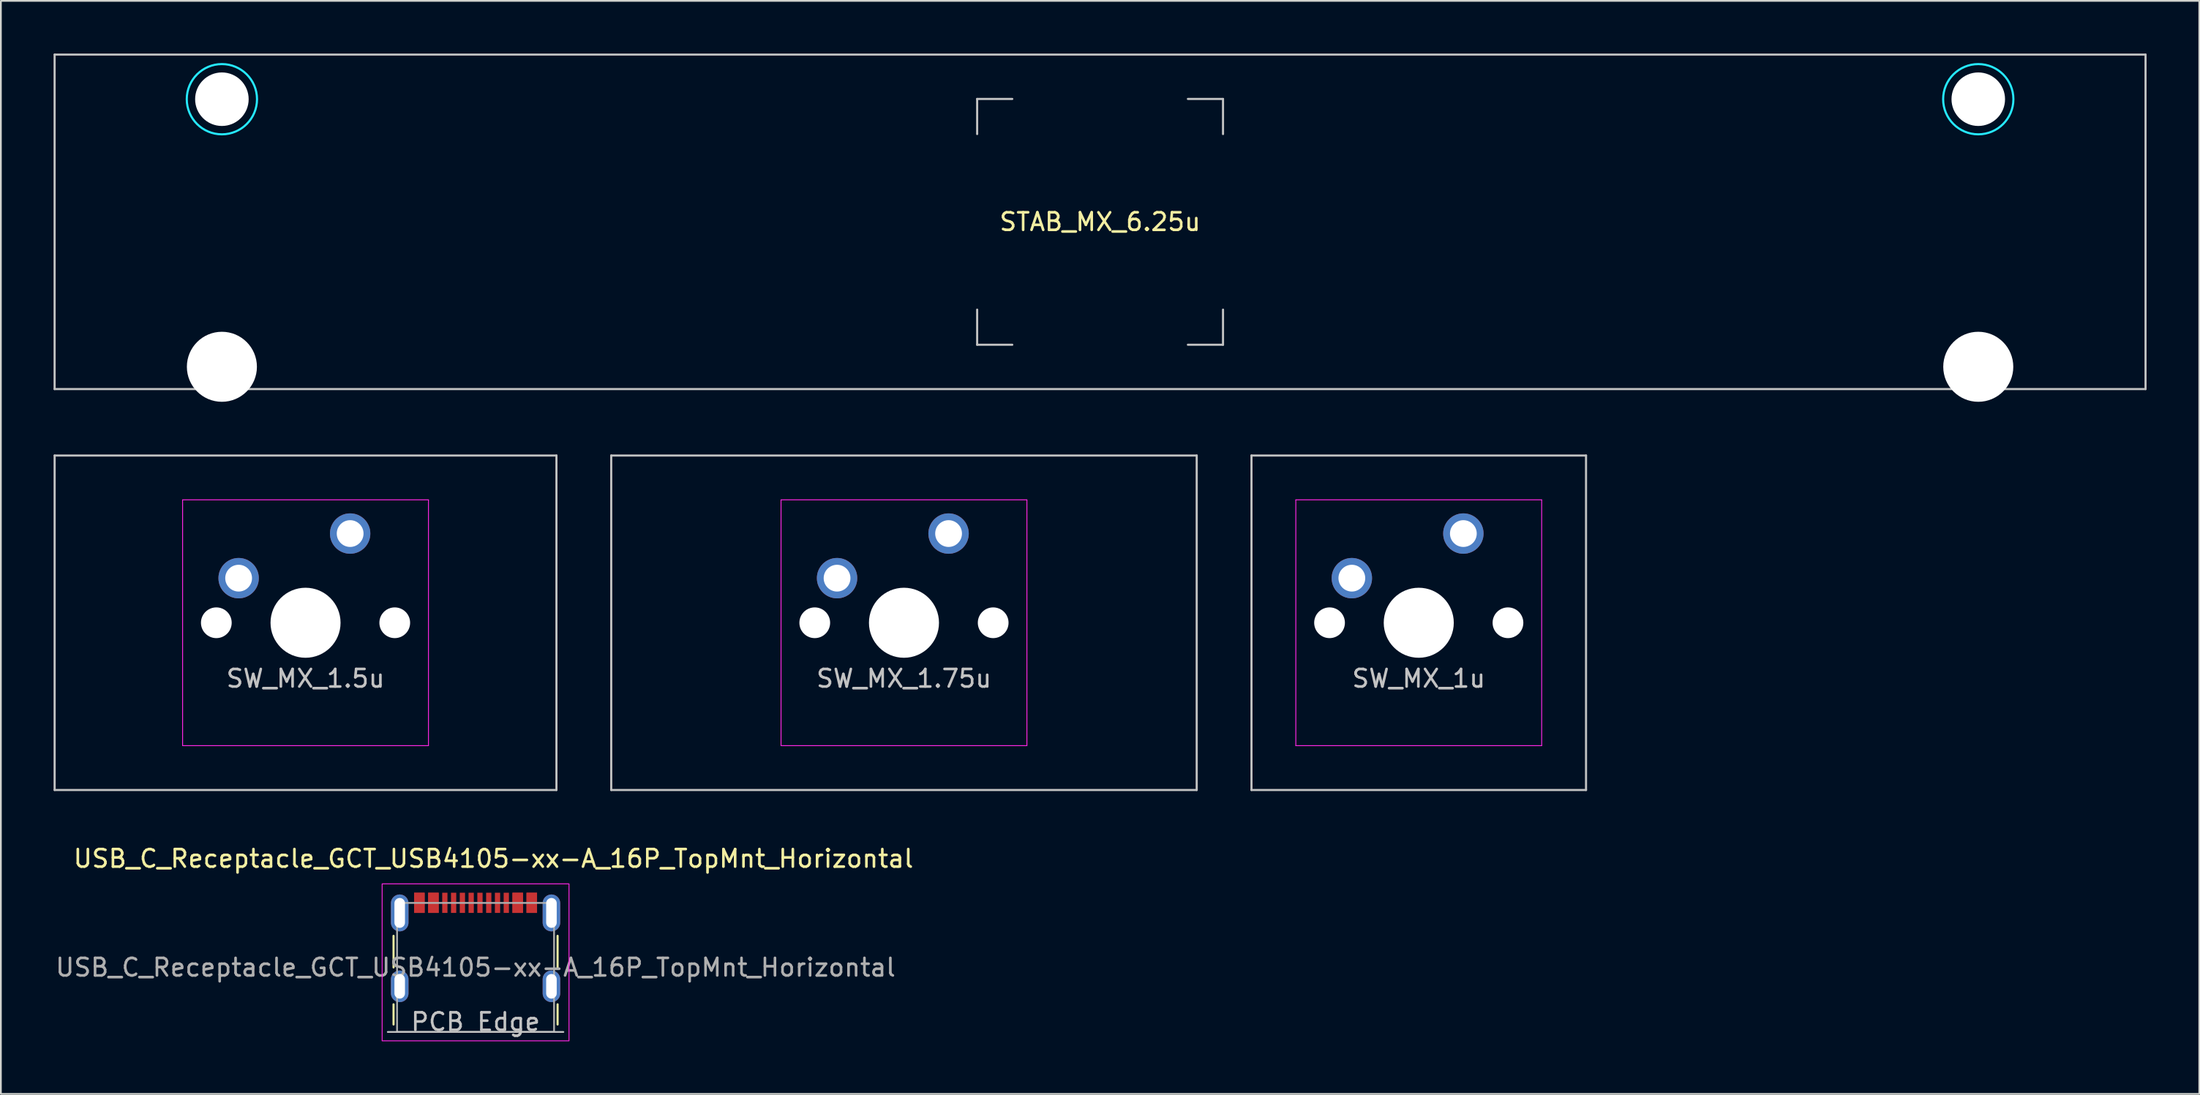
<source format=kicad_pcb>
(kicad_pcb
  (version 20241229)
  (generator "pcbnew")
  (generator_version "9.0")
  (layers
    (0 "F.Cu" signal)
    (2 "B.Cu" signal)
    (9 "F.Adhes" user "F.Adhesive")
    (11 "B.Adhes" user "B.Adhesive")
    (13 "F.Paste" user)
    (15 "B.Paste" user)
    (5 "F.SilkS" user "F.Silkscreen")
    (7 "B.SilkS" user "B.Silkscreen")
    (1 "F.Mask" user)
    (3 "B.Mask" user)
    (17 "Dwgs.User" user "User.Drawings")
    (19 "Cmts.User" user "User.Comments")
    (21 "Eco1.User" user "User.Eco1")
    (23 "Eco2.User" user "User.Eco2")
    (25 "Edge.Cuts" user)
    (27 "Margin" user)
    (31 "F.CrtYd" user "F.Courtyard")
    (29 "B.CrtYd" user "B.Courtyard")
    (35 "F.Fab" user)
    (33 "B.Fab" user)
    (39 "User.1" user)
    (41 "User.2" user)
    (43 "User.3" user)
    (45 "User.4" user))
  (footprint "USB_C_Receptacle_GCT_USB4105-xx-A_16P_TopMnt_Horizontal"
    (layer "F.Cu")
    (at 24.03 52.05)
    (property "Reference" "USB_C_Receptacle_GCT_USB4105-xx-A_16P_TopMnt_Horizontal" (at 1.018 -6.198 0) (unlocked yes) (layer "F.SilkS") (effects (font (size 1 1) (thickness 0.15))))
    (attr smd)
    (fp_line (start -4.67 0) (end -4.67 -1.8) (stroke (width 0.12) (type solid)) (layer "F.SilkS"))
    (fp_line (start -4.67 2.1) (end -4.67 3.25) (stroke (width 0.12) (type solid)) (layer "F.SilkS"))
    (fp_line (start 4.67 0) (end 4.67 -1.8) (stroke (width 0.12) (type solid)) (layer "F.SilkS"))
    (fp_line (start 4.67 2.1) (end 4.67 3.25) (stroke (width 0.12) (type solid)) (layer "F.SilkS"))
    (fp_line (start 5 3.675) (end -5 3.675) (stroke (width 0.1) (type solid)) (layer "Dwgs.User"))
    (fp_rect (start -5.32 -4.76) (end 5.32 4.18) (stroke (width 0.05) (type solid)) (fill no) (layer "F.CrtYd"))
    (fp_rect (start -4.47 -3.675) (end 4.47 3.675) (stroke (width 0.1) (type solid)) (fill no) (layer "F.Fab"))
    (fp_text user "PCB Edge" (at 0 3.1 0) (unlocked yes) (layer "Dwgs.User") (effects (font (size 1 1) (thickness 0.15))))
    (fp_text user "${REFERENCE}" (at 0 0 0) (unlocked yes) (layer "F.Fab") (effects (font (size 1 1) (thickness 0.15))))
    (pad "A1" smd rect (at -3.2 -3.68) (size 0.6 1.15) (layers "F.Cu" "F.Mask" "F.Paste"))
    (pad "A4" smd rect (at -2.4 -3.68) (size 0.6 1.15) (layers "F.Cu" "F.Mask" "F.Paste"))
    (pad "A5" smd rect (at -1.25 -3.68) (size 0.3 1.15) (layers "F.Cu" "F.Mask" "F.Paste"))
    (pad "A6" smd rect (at -0.25 -3.68) (size 0.3 1.15) (layers "F.Cu" "F.Mask" "F.Paste"))
    (pad "A7" smd rect (at 0.25 -3.68) (size 0.3 1.15) (layers "F.Cu" "F.Mask" "F.Paste"))
    (pad "A8" smd rect (at 1.25 -3.68) (size 0.3 1.15) (layers "F.Cu" "F.Mask" "F.Paste"))
    (pad "A9" smd rect (at 2.4 -3.68) (size 0.6 1.15) (layers "F.Cu" "F.Mask" "F.Paste"))
    (pad "A12" smd rect (at 3.2 -3.68) (size 0.6 1.15) (layers "F.Cu" "F.Mask" "F.Paste"))
    (pad "B1" smd rect (at 3.2 -3.68) (size 0.6 1.15) (layers "F.Cu" "F.Mask" "F.Paste"))
    (pad "B4" smd rect (at 2.4 -3.68) (size 0.6 1.15) (layers "F.Cu" "F.Mask" "F.Paste"))
    (pad "B5" smd rect (at 1.75 -3.68) (size 0.3 1.15) (layers "F.Cu" "F.Mask" "F.Paste"))
    (pad "B6" smd rect (at 0.75 -3.68) (size 0.3 1.15) (layers "F.Cu" "F.Mask" "F.Paste"))
    (pad "B7" smd rect (at -0.75 -3.68) (size 0.3 1.15) (layers "F.Cu" "F.Mask" "F.Paste"))
    (pad "B8" smd rect (at -1.75 -3.68) (size 0.3 1.15) (layers "F.Cu" "F.Mask" "F.Paste"))
    (pad "B9" smd rect (at -2.4 -3.68) (size 0.6 1.15) (layers "F.Cu" "F.Mask" "F.Paste"))
    (pad "B12" smd rect (at -3.2 -3.68) (size 0.6 1.15) (layers "F.Cu" "F.Mask" "F.Paste"))
    (pad "S1" thru_hole oval (at -4.32 -3.105) (size 1 2.1) (drill oval 0.6 1.7) (layers "*.Cu" "*.Mask"))
    (pad "S1" thru_hole oval (at -4.32 1.075) (size 1 1.8) (drill oval 0.6 1.4) (layers "*.Cu" "*.Mask"))
    (pad "S1" thru_hole oval (at 4.32 -3.105) (size 1 2.1) (drill oval 0.6 1.7) (layers "*.Cu" "*.Mask"))
    (pad "S1" thru_hole oval (at 4.32 1.075) (size 1 1.8) (drill oval 0.6 1.4) (layers "*.Cu" "*.Mask")))
  (footprint "STAB_MX_6.25u"
    (layer "F.Cu")
    (at 59.591 9.585)
    (property "Reference" "STAB_MX_6.25u" (at 0 0 180) (layer "F.SilkS") (effects (font (size 1 1) (thickness 0.15))))
    (attr through_hole exclude_from_pos_files exclude_from_bom)
    (fp_line (start -59.531 -9.525) (end -59.531 9.525) (stroke (width 0.12) (type solid)) (layer "Dwgs.User"))
    (fp_line (start -59.531 -9.525) (end 59.531 -9.525) (stroke (width 0.12) (type solid)) (layer "Dwgs.User"))
    (fp_line (start -59.531 9.525) (end 59.531 9.525) (stroke (width 0.12) (type solid)) (layer "Dwgs.User"))
    (fp_line (start -7 -7) (end -5 -7) (stroke (width 0.12) (type solid)) (layer "Dwgs.User"))
    (fp_line (start -7 -5) (end -7 -7) (stroke (width 0.12) (type solid)) (layer "Dwgs.User"))
    (fp_line (start -7 7) (end -7 5) (stroke (width 0.12) (type solid)) (layer "Dwgs.User"))
    (fp_line (start -5 7) (end -7 7) (stroke (width 0.12) (type solid)) (layer "Dwgs.User"))
    (fp_line (start 5 -7) (end 7 -7) (stroke (width 0.12) (type solid)) (layer "Dwgs.User"))
    (fp_line (start 5 7) (end 7 7) (stroke (width 0.12) (type solid)) (layer "Dwgs.User"))
    (fp_line (start 7 -7) (end 7 -5) (stroke (width 0.12) (type solid)) (layer "Dwgs.User"))
    (fp_line (start 7 7) (end 7 5) (stroke (width 0.12) (type solid)) (layer "Dwgs.User"))
    (fp_line (start 59.531 -9.525) (end 59.531 9.525) (stroke (width 0.12) (type solid)) (layer "Dwgs.User"))
    (fp_line (start -53.381 -5.5) (end -53.381 7.5) (stroke (width 0.05) (type solid)) (layer "Eco2.User"))
    (fp_line (start -52.881 -6) (end -47.131 -6) (stroke (width 0.05) (type solid)) (layer "Eco2.User"))
    (fp_line (start -52.881 8) (end -47.131 8) (stroke (width 0.05) (type solid)) (layer "Eco2.User"))
    (fp_line (start -46.631 -5.5) (end -46.631 7.5) (stroke (width 0.05) (type solid)) (layer "Eco2.User"))
    (fp_line (start 46.631 -5.5) (end 46.631 7.5) (stroke (width 0.05) (type solid)) (layer "Eco2.User"))
    (fp_line (start 47.131 -6) (end 52.88 -6) (stroke (width 0.05) (type solid)) (layer "Eco2.User"))
    (fp_line (start 47.131 8) (end 52.881 8) (stroke (width 0.05) (type solid)) (layer "Eco2.User"))
    (fp_line (start 53.38 -5.5) (end 53.381 7.5) (stroke (width 0.05) (type solid)) (layer "Eco2.User"))
    (fp_arc (start -53.38125 -5.499999) (mid -53.234803 -5.853552) (end -52.88125 -5.999999) (stroke (width 0.05) (type solid)) (layer "Eco2.User"))
    (fp_arc (start -52.88125 8.000001) (mid -53.234803 7.853554) (end -53.38125 7.500001) (stroke (width 0.05) (type solid)) (layer "Eco2.User"))
    (fp_arc (start -47.13125 -5.999999) (mid -46.777697 -5.853552) (end -46.63125 -5.499999) (stroke (width 0.05) (type solid)) (layer "Eco2.User"))
    (fp_arc (start -46.63125 7.500001) (mid -46.777697 7.853554) (end -47.13125 8.000001) (stroke (width 0.05) (type solid)) (layer "Eco2.User"))
    (fp_arc (start 46.63125 -5.499999) (mid 46.777693 -5.853571) (end 47.13125 -5.999999) (stroke (width 0.05) (type solid)) (layer "Eco2.User"))
    (fp_arc (start 47.13125 8.000001) (mid 46.777729 7.853537) (end 46.63125 7.500001) (stroke (width 0.05) (type solid)) (layer "Eco2.User"))
    (fp_arc (start 52.880039 -5.999999) (mid 53.233567 -5.853539) (end 53.380039 -5.499999) (stroke (width 0.05) (type solid)) (layer "Eco2.User"))
    (fp_arc (start 53.38125 7.500001) (mid 53.234806 7.853571) (end 52.88125 8.000001) (stroke (width 0.05) (type solid)) (layer "Eco2.User"))
    (fp_circle (center -50.006 -6.985) (end -48.006 -6.985) (stroke (width 0.12) (type solid)) (fill no) (layer "B.CrtYd"))
    (fp_circle (center 50.006 -6.985) (end 52.006 -6.985) (stroke (width 0.12) (type solid)) (fill no) (layer "B.CrtYd"))
    (pad "" np_thru_hole circle (at -50.006 -6.985) (size 3.048 3.048) (drill 3.048) (layers "*.Cu" "*.Mask"))
    (pad "" np_thru_hole circle (at -50.006 8.255) (size 3.988 3.988) (drill 3.988) (layers "*.Cu" "*.Mask"))
    (pad "" np_thru_hole circle (at 50.006 -6.985) (size 3.048 3.048) (drill 3.048) (layers "*.Cu" "*.Mask"))
    (pad "" np_thru_hole circle (at 50.006 8.255) (size 3.988 3.988) (drill 3.988) (layers "*.Cu" "*.Mask")))
  (footprint "SW_MX_1u"
    (layer "F.Cu")
    (at 77.737 32.419)
    (property "Reference" "SW_MX_1u" (at 0 3.175 0) (layer "Dwgs.User") (effects (font (size 1 1) (thickness 0.15))))
    (attr through_hole exclude_from_pos_files)
    (fp_line (start -9.525 -9.525) (end -9.525 9.525) (stroke (width 0.12) (type solid)) (layer "Dwgs.User"))
    (fp_line (start -9.525 9.525) (end 9.525 9.525) (stroke (width 0.12) (type solid)) (layer "Dwgs.User"))
    (fp_line (start 9.525 -9.525) (end -9.525 -9.525) (stroke (width 0.12) (type solid)) (layer "Dwgs.User"))
    (fp_line (start 9.525 9.525) (end 9.525 -9.525) (stroke (width 0.12) (type solid)) (layer "Dwgs.User"))
    (fp_line (start -7 6.5) (end -7 -6.5) (stroke (width 0.05) (type solid)) (layer "Eco2.User"))
    (fp_line (start -6.5 -7) (end 6.5 -7) (stroke (width 0.05) (type solid)) (layer "Eco2.User"))
    (fp_line (start 6.5 7) (end -6.5 7) (stroke (width 0.05) (type solid)) (layer "Eco2.User"))
    (fp_line (start 7 -6.5) (end 7 6.5) (stroke (width 0.05) (type solid)) (layer "Eco2.User"))
    (fp_arc (start -7 -6.5) (mid -6.853553 -6.853553) (end -6.5 -7) (stroke (width 0.05) (type solid)) (layer "Eco2.User"))
    (fp_arc (start -6.5 7) (mid -6.853553 6.853553) (end -7 6.5) (stroke (width 0.05) (type solid)) (layer "Eco2.User"))
    (fp_arc (start 6.5 -7) (mid 6.853553 -6.853553) (end 7 -6.5) (stroke (width 0.05) (type solid)) (layer "Eco2.User"))
    (fp_arc (start 6.997236 6.498884) (mid 6.850806 6.852455) (end 6.497236 6.998884) (stroke (width 0.05) (type solid)) (layer "Eco2.User"))
    (fp_line (start -7 -7) (end -7 7) (stroke (width 0.05) (type solid)) (layer "F.CrtYd"))
    (fp_line (start -7 7) (end 7 7) (stroke (width 0.05) (type solid)) (layer "F.CrtYd"))
    (fp_line (start 7 -7) (end -7 -7) (stroke (width 0.05) (type solid)) (layer "F.CrtYd"))
    (fp_line (start 7 7) (end 7 -7) (stroke (width 0.05) (type solid)) (layer "F.CrtYd"))
    (pad "" np_thru_hole circle (at -5.08 0) (size 1.75 1.75) (drill 1.75) (layers "*.Cu" "*.Mask"))
    (pad "" np_thru_hole circle (at 0 0) (size 3.988 3.988) (drill 3.988) (layers "*.Cu" "*.Mask"))
    (pad "" np_thru_hole circle (at 5.08 0) (size 1.75 1.75) (drill 1.75) (layers "*.Cu" "*.Mask"))
    (pad "1" thru_hole circle (at -3.81 -2.54) (size 2.3 2.3) (drill 1.524) (layers "*.Cu" "B.Mask"))
    (pad "2" thru_hole circle (at 2.54 -5.08) (size 2.3 2.3) (drill 1.524) (layers "*.Cu" "B.Mask")))
  (footprint "SW_MX_1.5u"
    (layer "F.Cu")
    (at 14.348 32.419)
    (property "Reference" "SW_MX_1.5u" (at 0 3.175 0) (layer "Dwgs.User") (effects (font (size 1 1) (thickness 0.15))))
    (attr through_hole exclude_from_pos_files)
    (fp_line (start -14.287 -9.525) (end -14.287 9.525) (stroke (width 0.12) (type solid)) (layer "Dwgs.User"))
    (fp_line (start -14.287 9.525) (end 14.287 9.525) (stroke (width 0.12) (type solid)) (layer "Dwgs.User"))
    (fp_line (start 14.287 -9.525) (end -14.287 -9.525) (stroke (width 0.12) (type solid)) (layer "Dwgs.User"))
    (fp_line (start 14.287 9.525) (end 14.287 -9.525) (stroke (width 0.12) (type solid)) (layer "Dwgs.User"))
    (fp_line (start -7 6.5) (end -7 -6.5) (stroke (width 0.05) (type solid)) (layer "Eco2.User"))
    (fp_line (start -6.5 -7) (end 6.5 -7) (stroke (width 0.05) (type solid)) (layer "Eco2.User"))
    (fp_line (start 6.5 7) (end -6.5 7) (stroke (width 0.05) (type solid)) (layer "Eco2.User"))
    (fp_line (start 7 -6.5) (end 7 6.5) (stroke (width 0.05) (type solid)) (layer "Eco2.User"))
    (fp_arc (start -7 -6.5) (mid -6.853553 -6.853553) (end -6.5 -7) (stroke (width 0.05) (type solid)) (layer "Eco2.User"))
    (fp_arc (start -6.5 7) (mid -6.853553 6.853553) (end -7 6.5) (stroke (width 0.05) (type solid)) (layer "Eco2.User"))
    (fp_arc (start 6.5 -7) (mid 6.853553 -6.853553) (end 7 -6.5) (stroke (width 0.05) (type solid)) (layer "Eco2.User"))
    (fp_arc (start 6.997236 6.498884) (mid 6.850789 6.852437) (end 6.497236 6.998884) (stroke (width 0.05) (type solid)) (layer "Eco2.User"))
    (fp_line (start -7 -7) (end -7 7) (stroke (width 0.05) (type solid)) (layer "F.CrtYd"))
    (fp_line (start -7 7) (end 7 7) (stroke (width 0.05) (type solid)) (layer "F.CrtYd"))
    (fp_line (start 7 -7) (end -7 -7) (stroke (width 0.05) (type solid)) (layer "F.CrtYd"))
    (fp_line (start 7 7) (end 7 -7) (stroke (width 0.05) (type solid)) (layer "F.CrtYd"))
    (pad "" np_thru_hole circle (at -5.08 0) (size 1.75 1.75) (drill 1.75) (layers "*.Cu" "*.Mask"))
    (pad "" np_thru_hole circle (at 0 0) (size 3.988 3.988) (drill 3.988) (layers "*.Cu" "*.Mask"))
    (pad "" np_thru_hole circle (at 5.08 0) (size 1.75 1.75) (drill 1.75) (layers "*.Cu" "*.Mask"))
    (pad "1" thru_hole circle (at -3.81 -2.54) (size 2.3 2.3) (drill 1.524) (layers "*.Cu" "B.Mask"))
    (pad "2" thru_hole circle (at 2.54 -5.08) (size 2.3 2.3) (drill 1.524) (layers "*.Cu" "B.Mask")))
  (footprint "SW_MX_1.75u"
    (layer "F.Cu")
    (at 48.424 32.419)
    (property "Reference" "SW_MX_1.75u" (at 0 3.175 0) (layer "Dwgs.User") (effects (font (size 1 1) (thickness 0.15))))
    (attr through_hole exclude_from_pos_files)
    (fp_line (start -16.669 -9.525) (end -16.669 9.525) (stroke (width 0.12) (type solid)) (layer "Dwgs.User"))
    (fp_line (start -16.669 9.525) (end 16.669 9.525) (stroke (width 0.12) (type solid)) (layer "Dwgs.User"))
    (fp_line (start 16.669 -9.525) (end -16.669 -9.525) (stroke (width 0.12) (type solid)) (layer "Dwgs.User"))
    (fp_line (start 16.669 9.525) (end 16.669 -9.525) (stroke (width 0.12) (type solid)) (layer "Dwgs.User"))
    (fp_line (start -7 6.5) (end -7 -6.5) (stroke (width 0.05) (type solid)) (layer "Eco2.User"))
    (fp_line (start -6.5 -7) (end 6.5 -7) (stroke (width 0.05) (type solid)) (layer "Eco2.User"))
    (fp_line (start 6.5 7) (end -6.5 7) (stroke (width 0.05) (type solid)) (layer "Eco2.User"))
    (fp_line (start 7 -6.5) (end 7 6.5) (stroke (width 0.05) (type solid)) (layer "Eco2.User"))
    (fp_arc (start -7 -6.5) (mid -6.853553 -6.853553) (end -6.5 -7) (stroke (width 0.05) (type solid)) (layer "Eco2.User"))
    (fp_arc (start -6.5 7) (mid -6.853553 6.853553) (end -7 6.5) (stroke (width 0.05) (type solid)) (layer "Eco2.User"))
    (fp_arc (start 6.5 -7) (mid 6.853553 -6.853553) (end 7 -6.5) (stroke (width 0.05) (type solid)) (layer "Eco2.User"))
    (fp_arc (start 6.997236 6.498884) (mid 6.850789 6.852437) (end 6.497236 6.998884) (stroke (width 0.05) (type solid)) (layer "Eco2.User"))
    (fp_line (start -7 -7) (end -7 7) (stroke (width 0.05) (type solid)) (layer "F.CrtYd"))
    (fp_line (start -7 7) (end 7 7) (stroke (width 0.05) (type solid)) (layer "F.CrtYd"))
    (fp_line (start 7 -7) (end -7 -7) (stroke (width 0.05) (type solid)) (layer "F.CrtYd"))
    (fp_line (start 7 7) (end 7 -7) (stroke (width 0.05) (type solid)) (layer "F.CrtYd"))
    (pad "" np_thru_hole circle (at -5.08 0) (size 1.75 1.75) (drill 1.75) (layers "*.Cu" "*.Mask"))
    (pad "" np_thru_hole circle (at 0 0) (size 3.988 3.988) (drill 3.988) (layers "*.Cu" "*.Mask"))
    (pad "" np_thru_hole circle (at 5.08 0) (size 1.75 1.75) (drill 1.75) (layers "*.Cu" "*.Mask"))
    (pad "1" thru_hole circle (at -3.81 -2.54) (size 2.3 2.3) (drill 1.524) (layers "*.Cu" "B.Mask"))
    (pad "2" thru_hole circle (at 2.54 -5.08) (size 2.3 2.3) (drill 1.524) (layers "*.Cu" "B.Mask")))
  (gr_rect
    (start -3 -3)
    (end 122.183 59.255)
    (stroke (width 0.1) (type default))
    (fill no)
    (layer "Edge.Cuts")))
</source>
